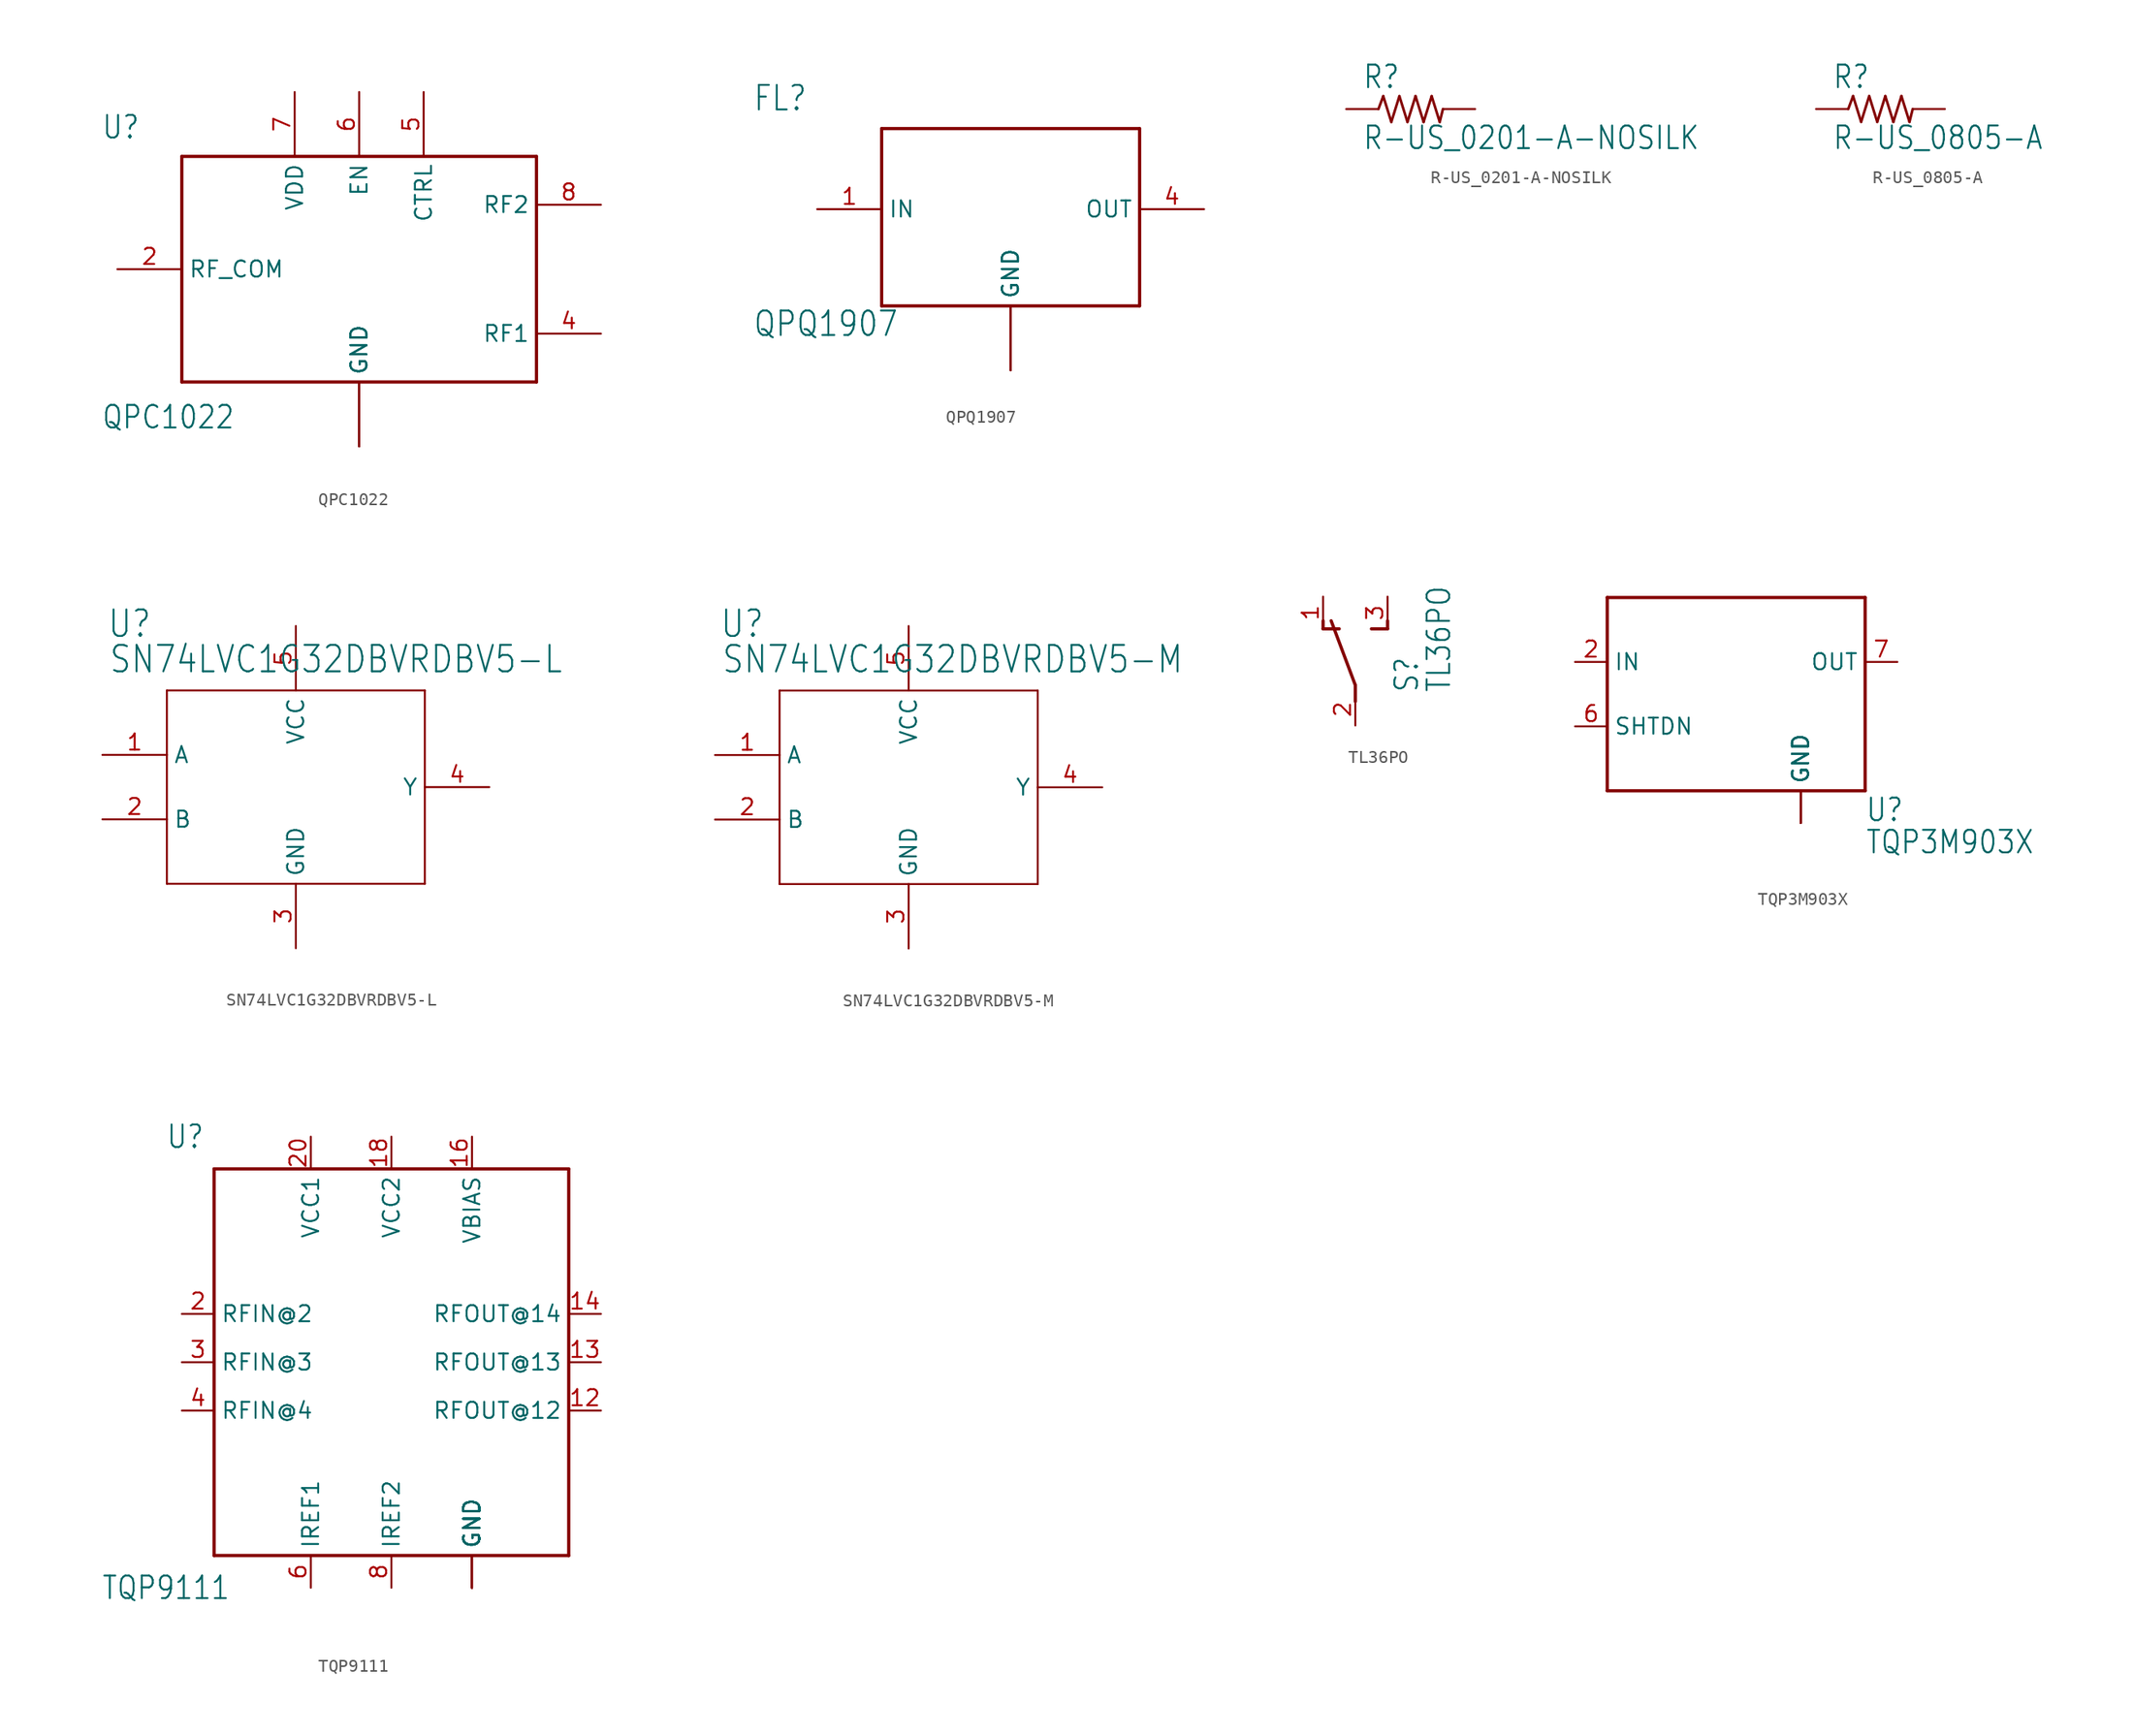
<source format=kicad_sym>
(kicad_symbol_lib
  (version 20211014)
  (generator kicad_symbol_editor)
  (symbol "QPC1022"
    (property "Reference" "U"
      (at -20.32 10.16 0)
      (effects (font (size 1.778 1.511)) (justify left bottom)))
    (property "Value" "QPC1022"
      (at -20.32 -12.7 0)
      (effects (font (size 1.778 1.511)) (justify left bottom)))
    (property "ki_locked" ""
      (at 0 0 0)
      (effects (font (size 1.27 1.27))))
    (symbol "QPC1022_1_0"
      (polyline (pts (xy -13.97 -8.89) (xy -13.97 8.89)) (stroke (width 0.254) (type default) (color 0 0 0 0)) (fill (type none)))
      (polyline (pts (xy -13.97 8.89) (xy 13.97 8.89)) (stroke (width 0.254) (type default) (color 0 0 0 0)) (fill (type none)))
      (polyline (pts (xy 13.97 -8.89) (xy -13.97 -8.89)) (stroke (width 0.254) (type default) (color 0 0 0 0)) (fill (type none)))
      (polyline (pts (xy 13.97 8.89) (xy 13.97 -8.89)) (stroke (width 0.254) (type default) (color 0 0 0 0)) (fill (type none)))
      (pin power_in line (at 0 -13.97 90) (length 5.08) (name "GND" (effects (font (size 1.27 1.27)))) (number "1" (effects (font (size 0 0)))))
      (pin bidirectional line (at -19.05 0 0) (length 5.08) (name "RF_COM" (effects (font (size 1.27 1.27)))) (number "2" (effects (font (size 1.27 1.27)))))
      (pin power_in line (at 0 -13.97 90) (length 5.08) (name "GND" (effects (font (size 1.27 1.27)))) (number "3" (effects (font (size 0 0)))))
      (pin bidirectional line (at 19.05 -5.08 180) (length 5.08) (name "RF1" (effects (font (size 1.27 1.27)))) (number "4" (effects (font (size 1.27 1.27)))))
      (pin bidirectional line (at 5.08 13.97 270) (length 5.08) (name "CTRL" (effects (font (size 1.27 1.27)))) (number "5" (effects (font (size 1.27 1.27)))))
      (pin bidirectional line (at 0 13.97 270) (length 5.08) (name "EN" (effects (font (size 1.27 1.27)))) (number "6" (effects (font (size 1.27 1.27)))))
      (pin power_in line (at -5.08 13.97 270) (length 5.08) (name "VDD" (effects (font (size 1.27 1.27)))) (number "7" (effects (font (size 1.27 1.27)))))
      (pin bidirectional line (at 19.05 5.08 180) (length 5.08) (name "RF2" (effects (font (size 1.27 1.27)))) (number "8" (effects (font (size 1.27 1.27)))))
      (pin power_in line (at 0 -13.97 90) (length 5.08) (name "GND" (effects (font (size 1.27 1.27)))) (number "9" (effects (font (size 0 0)))))))
  (symbol "QPQ1907"
    (property "Reference" "FL"
      (at -20.32 7.62 0)
      (effects (font (size 1.93 1.641)) (justify left bottom)))
    (property "Value" "QPQ1907"
      (at -20.32 -10.16 0)
      (effects (font (size 1.93 1.641)) (justify left bottom)))
    (property "ki_locked" ""
      (at 0 0 0)
      (effects (font (size 1.27 1.27))))
    (symbol "QPQ1907_1_0"
      (polyline (pts (xy -10.16 -7.62) (xy -10.16 6.35)) (stroke (width 0.254) (type default) (color 0 0 0 0)) (fill (type none)))
      (polyline (pts (xy -10.16 6.35) (xy 10.16 6.35)) (stroke (width 0.254) (type default) (color 0 0 0 0)) (fill (type none)))
      (polyline (pts (xy 10.16 -7.62) (xy -10.16 -7.62)) (stroke (width 0.254) (type default) (color 0 0 0 0)) (fill (type none)))
      (polyline (pts (xy 10.16 6.35) (xy 10.16 -7.62)) (stroke (width 0.254) (type default) (color 0 0 0 0)) (fill (type none)))
      (pin passive line (at -15.24 0 0) (length 5.08) (name "IN" (effects (font (size 1.27 1.27)))) (number "1" (effects (font (size 1.27 1.27)))))
      (pin power_in line (at 0 -12.7 90) (length 5.08) (name "GND" (effects (font (size 1.27 1.27)))) (number "2" (effects (font (size 0 0)))))
      (pin power_in line (at 0 -12.7 90) (length 5.08) (name "GND" (effects (font (size 1.27 1.27)))) (number "3" (effects (font (size 0 0)))))
      (pin passive line (at 15.24 0 180) (length 5.08) (name "OUT" (effects (font (size 1.27 1.27)))) (number "4" (effects (font (size 1.27 1.27)))))
      (pin power_in line (at 0 -12.7 90) (length 5.08) (name "GND" (effects (font (size 1.27 1.27)))) (number "5" (effects (font (size 0 0)))))))
  (symbol "R-US_0201-A-NOSILK"
    (property "Reference" "R"
      (at -3.81 1.499 0)
      (effects (font (size 1.778 1.511)) (justify left bottom)))
    (property "Value" "R-US_0201-A-NOSILK"
      (at -3.81 -3.302 0)
      (effects (font (size 1.778 1.511)) (justify left bottom)))
    (property "ki_locked" ""
      (at 0 0 0)
      (effects (font (size 1.27 1.27))))
    (symbol "R-US_0201-A-NOSILK_1_0"
      (polyline (pts (xy -2.54 0) (xy -2.159 1.016)) (stroke (width 0.203) (type default) (color 0 0 0 0)) (fill (type none)))
      (polyline (pts (xy -2.159 1.016) (xy -1.524 -1.016)) (stroke (width 0.203) (type default) (color 0 0 0 0)) (fill (type none)))
      (polyline (pts (xy -1.524 -1.016) (xy -0.889 1.016)) (stroke (width 0.203) (type default) (color 0 0 0 0)) (fill (type none)))
      (polyline (pts (xy -0.889 1.016) (xy -0.254 -1.016)) (stroke (width 0.203) (type default) (color 0 0 0 0)) (fill (type none)))
      (polyline (pts (xy -0.254 -1.016) (xy 0.381 1.016)) (stroke (width 0.203) (type default) (color 0 0 0 0)) (fill (type none)))
      (polyline (pts (xy 0.381 1.016) (xy 1.016 -1.016)) (stroke (width 0.203) (type default) (color 0 0 0 0)) (fill (type none)))
      (polyline (pts (xy 1.016 -1.016) (xy 1.651 1.016)) (stroke (width 0.203) (type default) (color 0 0 0 0)) (fill (type none)))
      (polyline (pts (xy 1.651 1.016) (xy 2.286 -1.016)) (stroke (width 0.203) (type default) (color 0 0 0 0)) (fill (type none)))
      (polyline (pts (xy 2.286 -1.016) (xy 2.54 0)) (stroke (width 0.203) (type default) (color 0 0 0 0)) (fill (type none)))
      (pin passive line (at -5.08 0 0) (length 2.54) (name "1" (effects (font (size 0 0)))) (number "1" (effects (font (size 0 0)))))
      (pin passive line (at 5.08 0 180) (length 2.54) (name "2" (effects (font (size 0 0)))) (number "2" (effects (font (size 0 0)))))))
  (symbol "R-US_0805-A"
    (property "Reference" "R"
      (at -3.81 1.499 0)
      (effects (font (size 1.778 1.511)) (justify left bottom)))
    (property "Value" "R-US_0805-A"
      (at -3.81 -3.302 0)
      (effects (font (size 1.778 1.511)) (justify left bottom)))
    (property "ki_locked" ""
      (at 0 0 0)
      (effects (font (size 1.27 1.27))))
    (symbol "R-US_0805-A_1_0"
      (polyline (pts (xy -2.54 0) (xy -2.159 1.016)) (stroke (width 0.203) (type default) (color 0 0 0 0)) (fill (type none)))
      (polyline (pts (xy -2.159 1.016) (xy -1.524 -1.016)) (stroke (width 0.203) (type default) (color 0 0 0 0)) (fill (type none)))
      (polyline (pts (xy -1.524 -1.016) (xy -0.889 1.016)) (stroke (width 0.203) (type default) (color 0 0 0 0)) (fill (type none)))
      (polyline (pts (xy -0.889 1.016) (xy -0.254 -1.016)) (stroke (width 0.203) (type default) (color 0 0 0 0)) (fill (type none)))
      (polyline (pts (xy -0.254 -1.016) (xy 0.381 1.016)) (stroke (width 0.203) (type default) (color 0 0 0 0)) (fill (type none)))
      (polyline (pts (xy 0.381 1.016) (xy 1.016 -1.016)) (stroke (width 0.203) (type default) (color 0 0 0 0)) (fill (type none)))
      (polyline (pts (xy 1.016 -1.016) (xy 1.651 1.016)) (stroke (width 0.203) (type default) (color 0 0 0 0)) (fill (type none)))
      (polyline (pts (xy 1.651 1.016) (xy 2.286 -1.016)) (stroke (width 0.203) (type default) (color 0 0 0 0)) (fill (type none)))
      (polyline (pts (xy 2.286 -1.016) (xy 2.54 0)) (stroke (width 0.203) (type default) (color 0 0 0 0)) (fill (type none)))
      (pin passive line (at -5.08 0 0) (length 2.54) (name "1" (effects (font (size 0 0)))) (number "1" (effects (font (size 0 0)))))
      (pin passive line (at 5.08 0 180) (length 2.54) (name "2" (effects (font (size 0 0)))) (number "2" (effects (font (size 0 0)))))))
  (symbol "SN74LVC1G32DBVRDBV5-L"
    (property "Reference" "U"
      (at 10.516 9.119 0)
      (effects (font (size 2.083 1.77)) (justify left bottom)))
    (property "Value" "SN74LVC1G32DBVRDBV5-L"
      (at 10.643 6.325 0)
      (effects (font (size 2.083 1.77)) (justify left bottom)))
    (property "ki_locked" ""
      (at 0 0 0)
      (effects (font (size 1.27 1.27))))
    (symbol "SN74LVC1G32DBVRDBV5-L_1_0"
      (polyline (pts (xy 15.24 -10.16) (xy 35.56 -10.16)) (stroke (width 0.152) (type default) (color 0 0 0 0)) (fill (type none)))
      (polyline (pts (xy 15.24 5.08) (xy 15.24 -10.16)) (stroke (width 0.152) (type default) (color 0 0 0 0)) (fill (type none)))
      (polyline (pts (xy 35.56 -10.16) (xy 35.56 5.08)) (stroke (width 0.152) (type default) (color 0 0 0 0)) (fill (type none)))
      (polyline (pts (xy 35.56 5.08) (xy 15.24 5.08)) (stroke (width 0.152) (type default) (color 0 0 0 0)) (fill (type none)))
      (pin input line (at 10.16 0 0) (length 5.08) (name "A" (effects (font (size 1.27 1.27)))) (number "1" (effects (font (size 1.27 1.27)))))
      (pin input line (at 10.16 -5.08 0) (length 5.08) (name "B" (effects (font (size 1.27 1.27)))) (number "2" (effects (font (size 1.27 1.27)))))
      (pin power_in line (at 25.4 -15.24 90) (length 5.08) (name "GND" (effects (font (size 1.27 1.27)))) (number "3" (effects (font (size 1.27 1.27)))))
      (pin output line (at 40.64 -2.54 180) (length 5.08) (name "Y" (effects (font (size 1.27 1.27)))) (number "4" (effects (font (size 1.27 1.27)))))
      (pin power_in line (at 25.4 10.16 270) (length 5.08) (name "VCC" (effects (font (size 1.27 1.27)))) (number "5" (effects (font (size 1.27 1.27)))))))
  (symbol "SN74LVC1G32DBVRDBV5-M"
    (property "Reference" "U"
      (at 10.516 9.119 0)
      (effects (font (size 2.083 1.77)) (justify left bottom)))
    (property "Value" "SN74LVC1G32DBVRDBV5-M"
      (at 10.643 6.325 0)
      (effects (font (size 2.083 1.77)) (justify left bottom)))
    (property "ki_locked" ""
      (at 0 0 0)
      (effects (font (size 1.27 1.27))))
    (symbol "SN74LVC1G32DBVRDBV5-M_1_0"
      (polyline (pts (xy 15.24 -10.16) (xy 35.56 -10.16)) (stroke (width 0.152) (type default) (color 0 0 0 0)) (fill (type none)))
      (polyline (pts (xy 15.24 5.08) (xy 15.24 -10.16)) (stroke (width 0.152) (type default) (color 0 0 0 0)) (fill (type none)))
      (polyline (pts (xy 35.56 -10.16) (xy 35.56 5.08)) (stroke (width 0.152) (type default) (color 0 0 0 0)) (fill (type none)))
      (polyline (pts (xy 35.56 5.08) (xy 15.24 5.08)) (stroke (width 0.152) (type default) (color 0 0 0 0)) (fill (type none)))
      (pin input line (at 10.16 0 0) (length 5.08) (name "A" (effects (font (size 1.27 1.27)))) (number "1" (effects (font (size 1.27 1.27)))))
      (pin input line (at 10.16 -5.08 0) (length 5.08) (name "B" (effects (font (size 1.27 1.27)))) (number "2" (effects (font (size 1.27 1.27)))))
      (pin power_in line (at 25.4 -15.24 90) (length 5.08) (name "GND" (effects (font (size 1.27 1.27)))) (number "3" (effects (font (size 1.27 1.27)))))
      (pin output line (at 40.64 -2.54 180) (length 5.08) (name "Y" (effects (font (size 1.27 1.27)))) (number "4" (effects (font (size 1.27 1.27)))))
      (pin power_in line (at 25.4 10.16 270) (length 5.08) (name "VCC" (effects (font (size 1.27 1.27)))) (number "5" (effects (font (size 1.27 1.27)))))))
  (symbol "TL36PO"
    (property "Reference" "S"
      (at 5.08 -2.54 90)
      (effects (font (size 1.778 1.511)) (justify left bottom)))
    (property "Value" "TL36PO"
      (at 7.62 -2.54 90)
      (effects (font (size 1.778 1.511)) (justify left bottom)))
    (property "ki_locked" ""
      (at 0 0 0)
      (effects (font (size 1.27 1.27))))
    (symbol "TL36PO_1_0"
      (polyline (pts (xy -2.54 2.54) (xy -2.54 3.175)) (stroke (width 0.254) (type default) (color 0 0 0 0)) (fill (type none)))
      (polyline (pts (xy -2.54 2.54) (xy -1.27 2.54)) (stroke (width 0.254) (type default) (color 0 0 0 0)) (fill (type none)))
      (polyline (pts (xy 0 -3.175) (xy 0 -1.905)) (stroke (width 0.254) (type default) (color 0 0 0 0)) (fill (type none)))
      (polyline (pts (xy 0 -1.905) (xy -1.905 3.175)) (stroke (width 0.254) (type default) (color 0 0 0 0)) (fill (type none)))
      (polyline (pts (xy 1.27 2.54) (xy 2.54 2.54)) (stroke (width 0.254) (type default) (color 0 0 0 0)) (fill (type none)))
      (polyline (pts (xy 2.54 2.54) (xy 2.54 3.175)) (stroke (width 0.254) (type default) (color 0 0 0 0)) (fill (type none)))
      (pin passive line (at -2.54 5.08 270) (length 2.54) (name "O" (effects (font (size 0 0)))) (number "1" (effects (font (size 1.27 1.27)))))
      (pin passive line (at 0 -5.08 90) (length 2.54) (name "P" (effects (font (size 0 0)))) (number "2" (effects (font (size 1.27 1.27)))))
      (pin passive line (at 2.54 5.08 270) (length 2.54) (name "S" (effects (font (size 0 0)))) (number "3" (effects (font (size 1.27 1.27)))))))
  (symbol "TQP3M903X"
    (property "Reference" "U"
      (at 10.16 -10.16 0)
      (effects (font (size 1.778 1.511)) (justify left bottom)))
    (property "Value" "TQP3M903X"
      (at 10.16 -12.7 0)
      (effects (font (size 1.778 1.511)) (justify left bottom)))
    (property "ki_locked" ""
      (at 0 0 0)
      (effects (font (size 1.27 1.27))))
    (symbol "TQP3M903X_1_0"
      (polyline (pts (xy -10.16 -7.62) (xy 10.16 -7.62)) (stroke (width 0.254) (type default) (color 0 0 0 0)) (fill (type none)))
      (polyline (pts (xy -10.16 7.62) (xy -10.16 -7.62)) (stroke (width 0.254) (type default) (color 0 0 0 0)) (fill (type none)))
      (polyline (pts (xy 10.16 -7.62) (xy 10.16 7.62)) (stroke (width 0.254) (type default) (color 0 0 0 0)) (fill (type none)))
      (polyline (pts (xy 10.16 7.62) (xy -10.16 7.62)) (stroke (width 0.254) (type default) (color 0 0 0 0)) (fill (type none)))
      (pin power_in line (at 5.08 -10.16 90) (length 2.54) (name "GND" (effects (font (size 1.27 1.27)))) (number "1" (effects (font (size 0 0)))))
      (pin input line (at -12.7 2.54 0) (length 2.54) (name "IN" (effects (font (size 1.27 1.27)))) (number "2" (effects (font (size 1.27 1.27)))))
      (pin power_in line (at 5.08 -10.16 90) (length 2.54) (name "GND" (effects (font (size 1.27 1.27)))) (number "3" (effects (font (size 0 0)))))
      (pin power_in line (at 5.08 -10.16 90) (length 2.54) (name "GND" (effects (font (size 1.27 1.27)))) (number "4" (effects (font (size 0 0)))))
      (pin power_in line (at 5.08 -10.16 90) (length 2.54) (name "GND" (effects (font (size 1.27 1.27)))) (number "5" (effects (font (size 0 0)))))
      (pin input line (at -12.7 -2.54 0) (length 2.54) (name "SHTDN" (effects (font (size 1.27 1.27)))) (number "6" (effects (font (size 1.27 1.27)))))
      (pin output line (at 12.7 2.54 180) (length 2.54) (name "OUT" (effects (font (size 1.27 1.27)))) (number "7" (effects (font (size 1.27 1.27)))))
      (pin power_in line (at 5.08 -10.16 90) (length 2.54) (name "GND" (effects (font (size 1.27 1.27)))) (number "8" (effects (font (size 0 0)))))
      (pin power_in line (at 5.08 -10.16 90) (length 2.54) (name "GND" (effects (font (size 1.27 1.27)))) (number "PAD" (effects (font (size 0 0)))))))
  (symbol "TQP9111"
    (property "Reference" "U"
      (at -17.78 17.78 0)
      (effects (font (size 1.778 1.511)) (justify left)))
    (property "Value" "TQP9111"
      (at -22.86 -17.78 0)
      (effects (font (size 1.778 1.511)) (justify left)))
    (property "ki_locked" ""
      (at 0 0 0)
      (effects (font (size 1.27 1.27))))
    (symbol "TQP9111_1_0"
      (polyline (pts (xy -13.97 15.24) (xy -13.97 -15.24)) (stroke (width 0.254) (type default) (color 0 0 0 0)) (fill (type none)))
      (polyline (pts (xy -13.97 15.24) (xy 13.97 15.24)) (stroke (width 0.254) (type default) (color 0 0 0 0)) (fill (type none)))
      (polyline (pts (xy 13.97 -15.24) (xy -13.97 -15.24)) (stroke (width 0.254) (type default) (color 0 0 0 0)) (fill (type none)))
      (polyline (pts (xy 13.97 -15.24) (xy 13.97 15.24)) (stroke (width 0.254) (type default) (color 0 0 0 0)) (fill (type none)))
      (pin power_in line (at 6.35 -17.78 90) (length 2.54) (name "GND" (effects (font (size 1.27 1.27)))) (number "1" (effects (font (size 0 0)))))
      (pin power_in line (at 6.35 -17.78 90) (length 2.54) (name "GND" (effects (font (size 1.27 1.27)))) (number "10" (effects (font (size 0 0)))))
      (pin power_in line (at 6.35 -17.78 90) (length 2.54) (name "GND" (effects (font (size 1.27 1.27)))) (number "11" (effects (font (size 0 0)))))
      (pin output line (at 16.51 -3.81 180) (length 2.54) (name "RFOUT@12" (effects (font (size 1.27 1.27)))) (number "12" (effects (font (size 1.27 1.27)))))
      (pin output line (at 16.51 0 180) (length 2.54) (name "RFOUT@13" (effects (font (size 1.27 1.27)))) (number "13" (effects (font (size 1.27 1.27)))))
      (pin output line (at 16.51 3.81 180) (length 2.54) (name "RFOUT@14" (effects (font (size 1.27 1.27)))) (number "14" (effects (font (size 1.27 1.27)))))
      (pin power_in line (at 6.35 -17.78 90) (length 2.54) (name "GND" (effects (font (size 1.27 1.27)))) (number "15" (effects (font (size 0 0)))))
      (pin power_in line (at 6.35 17.78 270) (length 2.54) (name "VBIAS" (effects (font (size 1.27 1.27)))) (number "16" (effects (font (size 1.27 1.27)))))
      (pin power_in line (at 6.35 -17.78 90) (length 2.54) (name "GND" (effects (font (size 1.27 1.27)))) (number "17" (effects (font (size 0 0)))))
      (pin power_in line (at 0 17.78 270) (length 2.54) (name "VCC2" (effects (font (size 1.27 1.27)))) (number "18" (effects (font (size 1.27 1.27)))))
      (pin power_in line (at 6.35 -17.78 90) (length 2.54) (name "GND" (effects (font (size 1.27 1.27)))) (number "19" (effects (font (size 0 0)))))
      (pin input line (at -16.51 3.81 0) (length 2.54) (name "RFIN@2" (effects (font (size 1.27 1.27)))) (number "2" (effects (font (size 1.27 1.27)))))
      (pin power_in line (at -6.35 17.78 270) (length 2.54) (name "VCC1" (effects (font (size 1.27 1.27)))) (number "20" (effects (font (size 1.27 1.27)))))
      (pin power_in line (at 6.35 -17.78 90) (length 2.54) (name "GND" (effects (font (size 1.27 1.27)))) (number "21" (effects (font (size 0 0)))))
      (pin input line (at -16.51 0 0) (length 2.54) (name "RFIN@3" (effects (font (size 1.27 1.27)))) (number "3" (effects (font (size 1.27 1.27)))))
      (pin input line (at -16.51 -3.81 0) (length 2.54) (name "RFIN@4" (effects (font (size 1.27 1.27)))) (number "4" (effects (font (size 1.27 1.27)))))
      (pin power_in line (at 6.35 -17.78 90) (length 2.54) (name "GND" (effects (font (size 1.27 1.27)))) (number "5" (effects (font (size 0 0)))))
      (pin passive line (at -6.35 -17.78 90) (length 2.54) (name "IREF1" (effects (font (size 1.27 1.27)))) (number "6" (effects (font (size 1.27 1.27)))))
      (pin power_in line (at 6.35 -17.78 90) (length 2.54) (name "GND" (effects (font (size 1.27 1.27)))) (number "7" (effects (font (size 0 0)))))
      (pin passive line (at 0 -17.78 90) (length 2.54) (name "IREF2" (effects (font (size 1.27 1.27)))) (number "8" (effects (font (size 1.27 1.27)))))
      (pin power_in line (at 6.35 -17.78 90) (length 2.54) (name "GND" (effects (font (size 1.27 1.27)))) (number "9" (effects (font (size 0 0))))))))
</source>
